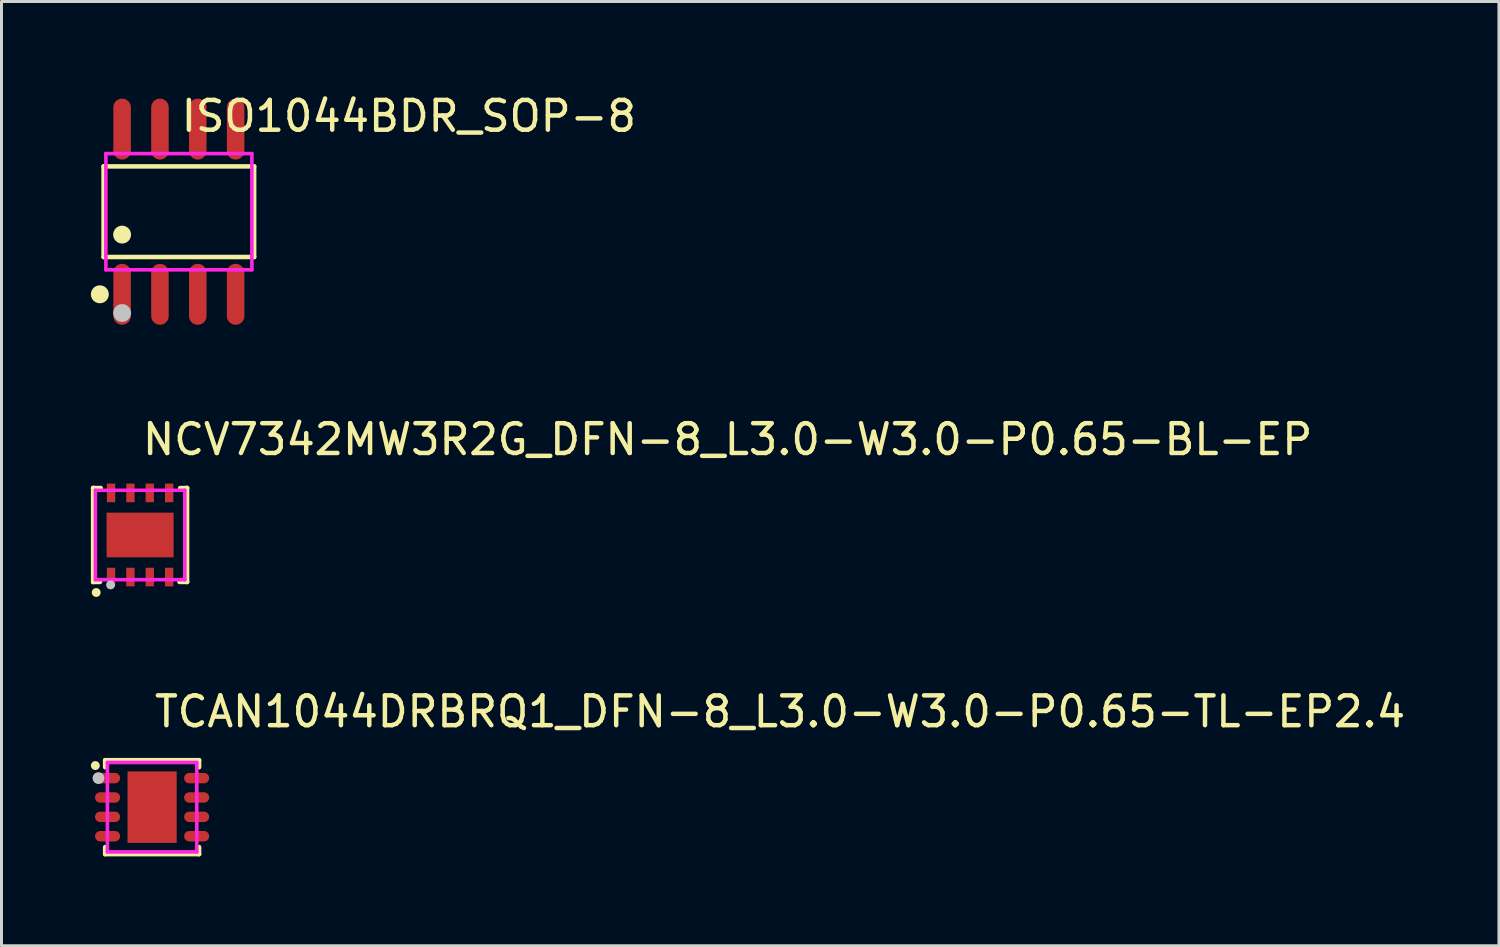
<source format=kicad_pcb>
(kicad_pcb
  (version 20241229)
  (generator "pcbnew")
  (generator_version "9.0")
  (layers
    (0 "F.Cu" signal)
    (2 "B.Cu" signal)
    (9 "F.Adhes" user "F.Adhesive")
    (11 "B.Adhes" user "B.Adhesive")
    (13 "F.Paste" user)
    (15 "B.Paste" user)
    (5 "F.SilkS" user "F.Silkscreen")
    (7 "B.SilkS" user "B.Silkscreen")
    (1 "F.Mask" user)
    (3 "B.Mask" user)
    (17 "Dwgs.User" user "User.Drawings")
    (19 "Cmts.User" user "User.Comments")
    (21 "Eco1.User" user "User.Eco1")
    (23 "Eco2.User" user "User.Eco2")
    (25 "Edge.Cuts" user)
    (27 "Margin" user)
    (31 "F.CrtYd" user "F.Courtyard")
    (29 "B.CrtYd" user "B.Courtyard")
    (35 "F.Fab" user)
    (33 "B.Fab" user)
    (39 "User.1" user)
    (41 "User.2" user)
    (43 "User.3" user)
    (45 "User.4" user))
  (footprint "TCAN1044DRBRQ1_DFN-8_L3.0-W3.0-P0.65-TL-EP2.4"
    (layer "F.Cu")
    (at 2.055 24.04)
    (property "Reference" "TCAN1044DRBRQ1_DFN-8_L3.0-W3.0-P0.65-TL-EP2.4" (at 0 -3.207 0) (layer "F.SilkS") (effects (font (size 1 1) (thickness 0.15)) (justify left)))
    (attr through_hole)
    (fp_line (start -1.576 -1.576) (end 1.576 -1.576) (stroke (width 0.152) (type solid)) (layer "F.SilkS"))
    (fp_line (start -1.576 -1.341) (end -1.576 -1.576) (stroke (width 0.152) (type solid)) (layer "F.SilkS"))
    (fp_line (start -1.576 1.34) (end -1.576 1.576) (stroke (width 0.152) (type solid)) (layer "F.SilkS"))
    (fp_line (start -1.576 1.576) (end 1.576 1.576) (stroke (width 0.152) (type solid)) (layer "F.SilkS"))
    (fp_line (start 1.576 -1.576) (end 1.576 -1.341) (stroke (width 0.152) (type solid)) (layer "F.SilkS"))
    (fp_line (start 1.576 1.576) (end 1.576 1.34) (stroke (width 0.152) (type solid)) (layer "F.SilkS"))
    (fp_circle (center -1.905 -1.397) (end -1.83 -1.397) (stroke (width 0.15) (type solid)) (fill no) (layer "F.SilkS"))
    (fp_circle (center -1.8 -0.975) (end -1.7 -0.975) (stroke (width 0.2) (type solid)) (fill no) (layer "Dwgs.User"))
    (fp_circle (center -1.5 -1.5) (end -1.47 -1.5) (stroke (width 0.06) (type solid)) (fill no) (layer "Eco2.User"))
    (fp_poly (pts (xy -1.1 -1.11) (xy -1.1 -0.84) (xy -1.5 -0.84) (xy -1.5 -1.11)) (stroke (width 0.12) (type solid)) (fill no) (layer "Eco2.User"))
    (fp_poly (pts (xy -1.1 -0.46) (xy -1.1 -0.19) (xy -1.5 -0.19) (xy -1.5 -0.46)) (stroke (width 0.12) (type solid)) (fill no) (layer "Eco2.User"))
    (fp_poly (pts (xy -1.1 0.19) (xy -1.1 0.46) (xy -1.5 0.46) (xy -1.5 0.19)) (stroke (width 0.12) (type solid)) (fill no) (layer "Eco2.User"))
    (fp_poly (pts (xy -1.1 0.84) (xy -1.1 1.11) (xy -1.5 1.11) (xy -1.5 0.84)) (stroke (width 0.12) (type solid)) (fill no) (layer "Eco2.User"))
    (fp_poly (pts (xy 0.825 -1.19) (xy 0.825 1.19) (xy -0.825 1.19) (xy -0.825 -1.19)) (stroke (width 0.12) (type solid)) (fill no) (layer "Eco2.User"))
    (fp_poly (pts (xy 1.5 -1.11) (xy 1.5 -0.84) (xy 1.1 -0.84) (xy 1.1 -1.11)) (stroke (width 0.12) (type solid)) (fill no) (layer "Eco2.User"))
    (fp_poly (pts (xy 1.5 -0.46) (xy 1.5 -0.19) (xy 1.1 -0.19) (xy 1.1 -0.46)) (stroke (width 0.12) (type solid)) (fill no) (layer "Eco2.User"))
    (fp_poly (pts (xy 1.5 0.19) (xy 1.5 0.46) (xy 1.1 0.46) (xy 1.1 0.19)) (stroke (width 0.12) (type solid)) (fill no) (layer "Eco2.User"))
    (fp_poly (pts (xy 1.5 0.84) (xy 1.5 1.11) (xy 1.1 1.11) (xy 1.1 0.84)) (stroke (width 0.12) (type solid)) (fill no) (layer "Eco2.User"))
    (fp_line (start -1.5 -1.5) (end 1.5 -1.5) (stroke (width 0.12) (type solid)) (layer "F.CrtYd"))
    (fp_line (start -1.5 1.5) (end -1.5 -1.5) (stroke (width 0.12) (type solid)) (layer "F.CrtYd"))
    (fp_line (start 1.5 -1.5) (end 1.5 1.5) (stroke (width 0.12) (type solid)) (layer "F.CrtYd"))
    (fp_line (start 1.5 1.5) (end -1.5 1.5) (stroke (width 0.12) (type solid)) (layer "F.CrtYd"))
    (pad "1" smd oval (at -1.495 -0.975) (size 0.84 0.35) (layers "F.Cu" "F.Mask" "F.Paste"))
    (pad "2" smd oval (at -1.495 -0.325) (size 0.84 0.35) (layers "F.Cu" "F.Mask" "F.Paste"))
    (pad "3" smd oval (at -1.495 0.325) (size 0.84 0.35) (layers "F.Cu" "F.Mask" "F.Paste"))
    (pad "4" smd oval (at -1.495 0.975) (size 0.84 0.35) (layers "F.Cu" "F.Mask" "F.Paste"))
    (pad "5" smd oval (at 1.495 0.975) (size 0.84 0.35) (layers "F.Cu" "F.Mask" "F.Paste"))
    (pad "6" smd oval (at 1.495 0.325) (size 0.84 0.35) (layers "F.Cu" "F.Mask" "F.Paste"))
    (pad "7" smd oval (at 1.495 -0.325) (size 0.84 0.35) (layers "F.Cu" "F.Mask" "F.Paste"))
    (pad "8" smd oval (at 1.495 -0.975) (size 0.84 0.35) (layers "F.Cu" "F.Mask" "F.Paste"))
    (pad "9" smd rect (at 0 0) (size 1.65 2.4) (layers "F.Cu" "F.Mask" "F.Paste")))
  (footprint "NCV7342MW3R2G_DFN-8_L3.0-W3.0-P0.65-BL-EP"
    (layer "F.Cu")
    (at 1.652 14.905)
    (property "Reference" "NCV7342MW3R2G_DFN-8_L3.0-W3.0-P0.65-BL-EP" (at 0 -3.207 0) (layer "F.SilkS") (effects (font (size 1 1) (thickness 0.15)) (justify left)))
    (attr smd)
    (fp_line (start -1.576 -1.576) (end -1.576 -1.576) (stroke (width 0.152) (type solid)) (layer "F.SilkS"))
    (fp_line (start -1.576 -1.576) (end -1.576 1.576) (stroke (width 0.152) (type solid)) (layer "F.SilkS"))
    (fp_line (start -1.576 1.576) (end -1.576 1.576) (stroke (width 0.152) (type solid)) (layer "F.SilkS"))
    (fp_line (start -1.576 1.576) (end -1.346 1.575) (stroke (width 0.152) (type solid)) (layer "F.SilkS"))
    (fp_line (start -1.321 -1.575) (end -1.576 -1.576) (stroke (width 0.152) (type solid)) (layer "F.SilkS"))
    (fp_line (start 1.321 1.575) (end 1.576 1.576) (stroke (width 0.152) (type solid)) (layer "F.SilkS"))
    (fp_line (start 1.576 -1.576) (end 1.346 -1.575) (stroke (width 0.152) (type solid)) (layer "F.SilkS"))
    (fp_line (start 1.576 -1.576) (end 1.576 -1.576) (stroke (width 0.152) (type solid)) (layer "F.SilkS"))
    (fp_line (start 1.576 1.576) (end 1.576 -1.576) (stroke (width 0.152) (type solid)) (layer "F.SilkS"))
    (fp_line (start 1.576 1.576) (end 1.576 1.576) (stroke (width 0.152) (type solid)) (layer "F.SilkS"))
    (fp_circle (center -1.473 1.93) (end -1.398 1.93) (stroke (width 0.15) (type solid)) (fill no) (layer "F.SilkS"))
    (fp_circle (center -0.991 1.676) (end -0.916 1.676) (stroke (width 0.15) (type solid)) (fill no) (layer "Dwgs.User"))
    (fp_circle (center -1.5 1.5) (end -1.47 1.5) (stroke (width 0.06) (type solid)) (fill no) (layer "Eco2.User"))
    (fp_poly (pts (xy -1.125 0.75) (xy -1.125 -0.75) (xy 1.125 -0.75) (xy 1.125 0.75)) (stroke (width 0.12) (type solid)) (fill no) (layer "Eco2.User"))
    (fp_poly (pts (xy -1.092 -1.499) (xy -1.092 -1.124) (xy -0.867 -1.124) (xy -0.867 -1.499)) (stroke (width 0.12) (type solid)) (fill no) (layer "Eco2.User"))
    (fp_poly (pts (xy -1.092 1.5) (xy -1.092 1.125) (xy -0.867 1.125) (xy -0.867 1.5)) (stroke (width 0.12) (type solid)) (fill no) (layer "Eco2.User"))
    (fp_poly (pts (xy -0.436 -1.499) (xy -0.436 -1.124) (xy -0.211 -1.124) (xy -0.211 -1.499)) (stroke (width 0.12) (type solid)) (fill no) (layer "Eco2.User"))
    (fp_poly (pts (xy -0.436 1.5) (xy -0.436 1.125) (xy -0.211 1.125) (xy -0.211 1.5)) (stroke (width 0.12) (type solid)) (fill no) (layer "Eco2.User"))
    (fp_poly (pts (xy 0.212 -1.499) (xy 0.212 -1.124) (xy 0.437 -1.124) (xy 0.437 -1.499)) (stroke (width 0.12) (type solid)) (fill no) (layer "Eco2.User"))
    (fp_poly (pts (xy 0.212 1.5) (xy 0.212 1.125) (xy 0.437 1.125) (xy 0.437 1.5)) (stroke (width 0.12) (type solid)) (fill no) (layer "Eco2.User"))
    (fp_poly (pts (xy 0.862 -1.499) (xy 0.862 -1.124) (xy 1.088 -1.124) (xy 1.088 -1.499)) (stroke (width 0.12) (type solid)) (fill no) (layer "Eco2.User"))
    (fp_poly (pts (xy 0.863 1.5) (xy 0.863 1.125) (xy 1.088 1.125) (xy 1.088 1.5)) (stroke (width 0.12) (type solid)) (fill no) (layer "Eco2.User"))
    (fp_line (start -1.5 -1.5) (end 1.5 -1.5) (stroke (width 0.12) (type solid)) (layer "F.CrtYd"))
    (fp_line (start -1.5 1.5) (end -1.5 -1.5) (stroke (width 0.12) (type solid)) (layer "F.CrtYd"))
    (fp_line (start 1.5 -1.5) (end 1.5 1.5) (stroke (width 0.12) (type solid)) (layer "F.CrtYd"))
    (fp_line (start 1.5 1.5) (end -1.5 1.5) (stroke (width 0.12) (type solid)) (layer "F.CrtYd"))
    (pad "1" smd rect (at -0.975 1.412) (size 0.28 0.625) (layers "F.Cu" "F.Mask" "F.Paste"))
    (pad "2" smd rect (at -0.325 1.412) (size 0.28 0.625) (layers "F.Cu" "F.Mask" "F.Paste"))
    (pad "3" smd rect (at 0.325 1.412) (size 0.28 0.625) (layers "F.Cu" "F.Mask" "F.Paste"))
    (pad "4" smd rect (at 0.975 1.412) (size 0.28 0.625) (layers "F.Cu" "F.Mask" "F.Paste"))
    (pad "5" smd rect (at 0.975 -1.412) (size 0.28 0.625) (layers "F.Cu" "F.Mask" "F.Paste"))
    (pad "6" smd rect (at 0.325 -1.412) (size 0.28 0.625) (layers "F.Cu" "F.Mask" "F.Paste"))
    (pad "7" smd rect (at -0.325 -1.412) (size 0.28 0.625) (layers "F.Cu" "F.Mask" "F.Paste"))
    (pad "8" smd rect (at -0.975 -1.412) (size 0.28 0.625) (layers "F.Cu" "F.Mask" "F.Paste"))
    (pad "9" smd rect (at 0 0) (size 2.25 1.5) (layers "F.Cu" "F.Mask" "F.Paste")))
  (footprint "ISO1044BDR_SOP-8"
    (layer "F.Cu")
    (at 2.953 4.055)
    (property "Reference" "ISO1044BDR_SOP-8" (at 0 -3.207 0) (layer "F.SilkS") (effects (font (size 1 1) (thickness 0.15)) (justify left)))
    (attr smd)
    (fp_line (start -2.526 -1.521) (end 2.526 -1.521) (stroke (width 0.152) (type solid)) (layer "F.SilkS"))
    (fp_line (start -2.526 1.521) (end -2.526 -1.521) (stroke (width 0.152) (type solid)) (layer "F.SilkS"))
    (fp_line (start 2.526 -1.521) (end 2.526 1.521) (stroke (width 0.152) (type solid)) (layer "F.SilkS"))
    (fp_line (start 2.526 1.521) (end -2.526 1.521) (stroke (width 0.152) (type solid)) (layer "F.SilkS"))
    (fp_circle (center -2.652 2.772) (end -2.501 2.772) (stroke (width 0.3) (type solid)) (fill no) (layer "F.SilkS"))
    (fp_circle (center -1.905 0.769) (end -1.755 0.769) (stroke (width 0.3) (type solid)) (fill no) (layer "F.SilkS"))
    (fp_circle (center -1.905 3.4) (end -1.755 3.4) (stroke (width 0.3) (type solid)) (fill no) (layer "Dwgs.User"))
    (fp_line (start -2.115 -2.175) (end -2.115 -1.94) (stroke (width 0.12) (type solid)) (layer "Eco2.User"))
    (fp_line (start -2.115 -1.94) (end -1.695 -1.94) (stroke (width 0.12) (type solid)) (layer "Eco2.User"))
    (fp_line (start -2.115 1.94) (end -1.695 1.94) (stroke (width 0.12) (type solid)) (layer "Eco2.User"))
    (fp_line (start -2.115 2.175) (end -2.115 1.94) (stroke (width 0.12) (type solid)) (layer "Eco2.User"))
    (fp_line (start -1.695 -2.175) (end -2.115 -2.175) (stroke (width 0.12) (type solid)) (layer "Eco2.User"))
    (fp_line (start -1.695 -1.94) (end -1.695 -2.175) (stroke (width 0.12) (type solid)) (layer "Eco2.User"))
    (fp_line (start -1.695 1.94) (end -1.695 2.175) (stroke (width 0.12) (type solid)) (layer "Eco2.User"))
    (fp_line (start -1.695 2.175) (end -2.115 2.175) (stroke (width 0.12) (type solid)) (layer "Eco2.User"))
    (fp_line (start -0.845 -2.175) (end -0.845 -1.94) (stroke (width 0.12) (type solid)) (layer "Eco2.User"))
    (fp_line (start -0.845 -1.94) (end -0.425 -1.94) (stroke (width 0.12) (type solid)) (layer "Eco2.User"))
    (fp_line (start -0.845 1.94) (end -0.425 1.94) (stroke (width 0.12) (type solid)) (layer "Eco2.User"))
    (fp_line (start -0.845 2.175) (end -0.845 1.94) (stroke (width 0.12) (type solid)) (layer "Eco2.User"))
    (fp_line (start -0.425 -2.175) (end -0.845 -2.175) (stroke (width 0.12) (type solid)) (layer "Eco2.User"))
    (fp_line (start -0.425 -1.94) (end -0.425 -2.175) (stroke (width 0.12) (type solid)) (layer "Eco2.User"))
    (fp_line (start -0.425 1.94) (end -0.425 2.175) (stroke (width 0.12) (type solid)) (layer "Eco2.User"))
    (fp_line (start -0.425 2.175) (end -0.845 2.175) (stroke (width 0.12) (type solid)) (layer "Eco2.User"))
    (fp_line (start 0.425 -2.175) (end 0.425 -1.94) (stroke (width 0.12) (type solid)) (layer "Eco2.User"))
    (fp_line (start 0.425 -1.94) (end 0.845 -1.94) (stroke (width 0.12) (type solid)) (layer "Eco2.User"))
    (fp_line (start 0.425 1.94) (end 0.845 1.94) (stroke (width 0.12) (type solid)) (layer "Eco2.User"))
    (fp_line (start 0.425 2.175) (end 0.425 1.94) (stroke (width 0.12) (type solid)) (layer "Eco2.User"))
    (fp_line (start 0.845 -2.175) (end 0.425 -2.175) (stroke (width 0.12) (type solid)) (layer "Eco2.User"))
    (fp_line (start 0.845 -1.94) (end 0.845 -2.175) (stroke (width 0.12) (type solid)) (layer "Eco2.User"))
    (fp_line (start 0.845 1.94) (end 0.845 2.175) (stroke (width 0.12) (type solid)) (layer "Eco2.User"))
    (fp_line (start 0.845 2.175) (end 0.425 2.175) (stroke (width 0.12) (type solid)) (layer "Eco2.User"))
    (fp_line (start 1.695 -2.175) (end 1.695 -1.94) (stroke (width 0.12) (type solid)) (layer "Eco2.User"))
    (fp_line (start 1.695 -1.94) (end 2.115 -1.94) (stroke (width 0.12) (type solid)) (layer "Eco2.User"))
    (fp_line (start 1.695 1.94) (end 2.115 1.94) (stroke (width 0.12) (type solid)) (layer "Eco2.User"))
    (fp_line (start 1.695 2.175) (end 1.695 1.94) (stroke (width 0.12) (type solid)) (layer "Eco2.User"))
    (fp_line (start 2.115 -2.175) (end 1.695 -2.175) (stroke (width 0.12) (type solid)) (layer "Eco2.User"))
    (fp_line (start 2.115 -1.94) (end 2.115 -2.175) (stroke (width 0.12) (type solid)) (layer "Eco2.User"))
    (fp_line (start 2.115 1.94) (end 2.115 2.175) (stroke (width 0.12) (type solid)) (layer "Eco2.User"))
    (fp_line (start 2.115 2.175) (end 1.695 2.175) (stroke (width 0.12) (type solid)) (layer "Eco2.User"))
    (fp_circle (center -2.45 3) (end -2.42 3) (stroke (width 0.06) (type solid)) (fill no) (layer "Eco2.User"))
    (fp_poly (pts (xy -2.115 -3) (xy -2.115 -2.165) (xy -1.695 -2.165) (xy -1.695 -3)) (stroke (width 0.12) (type solid)) (fill no) (layer "Eco2.User"))
    (fp_poly (pts (xy -2.115 3) (xy -2.115 2.165) (xy -1.695 2.165) (xy -1.695 3)) (stroke (width 0.12) (type solid)) (fill no) (layer "Eco2.User"))
    (fp_poly (pts (xy -0.845 -3) (xy -0.845 -2.165) (xy -0.425 -2.165) (xy -0.425 -3)) (stroke (width 0.12) (type solid)) (fill no) (layer "Eco2.User"))
    (fp_poly (pts (xy -0.845 3) (xy -0.845 2.165) (xy -0.425 2.165) (xy -0.425 3)) (stroke (width 0.12) (type solid)) (fill no) (layer "Eco2.User"))
    (fp_poly (pts (xy 0.425 -3) (xy 0.425 -2.165) (xy 0.845 -2.165) (xy 0.845 -3)) (stroke (width 0.12) (type solid)) (fill no) (layer "Eco2.User"))
    (fp_poly (pts (xy 0.425 3) (xy 0.425 2.165) (xy 0.845 2.165) (xy 0.845 3)) (stroke (width 0.12) (type solid)) (fill no) (layer "Eco2.User"))
    (fp_poly (pts (xy 1.695 -3) (xy 1.695 -2.165) (xy 2.115 -2.165) (xy 2.115 -3)) (stroke (width 0.12) (type solid)) (fill no) (layer "Eco2.User"))
    (fp_poly (pts (xy 1.695 3) (xy 1.695 2.165) (xy 2.115 2.165) (xy 2.115 3)) (stroke (width 0.12) (type solid)) (fill no) (layer "Eco2.User"))
    (fp_line (start -2.45 -1.95) (end 2.45 -1.95) (stroke (width 0.12) (type solid)) (layer "F.CrtYd"))
    (fp_line (start -2.45 1.95) (end -2.45 -1.95) (stroke (width 0.12) (type solid)) (layer "F.CrtYd"))
    (fp_line (start 2.45 -1.95) (end 2.45 1.95) (stroke (width 0.12) (type solid)) (layer "F.CrtYd"))
    (fp_line (start 2.45 1.95) (end -2.45 1.95) (stroke (width 0.12) (type solid)) (layer "F.CrtYd"))
    (pad "1" smd oval (at -1.905 2.772) (size 0.588 2.045) (layers "F.Cu" "F.Mask" "F.Paste"))
    (pad "2" smd oval (at -0.635 2.772) (size 0.588 2.045) (layers "F.Cu" "F.Mask" "F.Paste"))
    (pad "3" smd oval (at 0.635 2.772) (size 0.588 2.045) (layers "F.Cu" "F.Mask" "F.Paste"))
    (pad "4" smd oval (at 1.905 2.772) (size 0.588 2.045) (layers "F.Cu" "F.Mask" "F.Paste"))
    (pad "5" smd oval (at 1.905 -2.772) (size 0.588 2.045) (layers "F.Cu" "F.Mask" "F.Paste"))
    (pad "6" smd oval (at 0.635 -2.772) (size 0.588 2.045) (layers "F.Cu" "F.Mask" "F.Paste"))
    (pad "7" smd oval (at -0.635 -2.772) (size 0.588 2.045) (layers "F.Cu" "F.Mask" "F.Paste"))
    (pad "8" smd oval (at -1.905 -2.772) (size 0.588 2.045) (layers "F.Cu" "F.Mask" "F.Paste")))
  (gr_rect
    (start -3 -3)
    (end 47.257 28.692)
    (stroke (width 0.1) (type default))
    (fill no)
    (layer "Edge.Cuts")))
</source>
